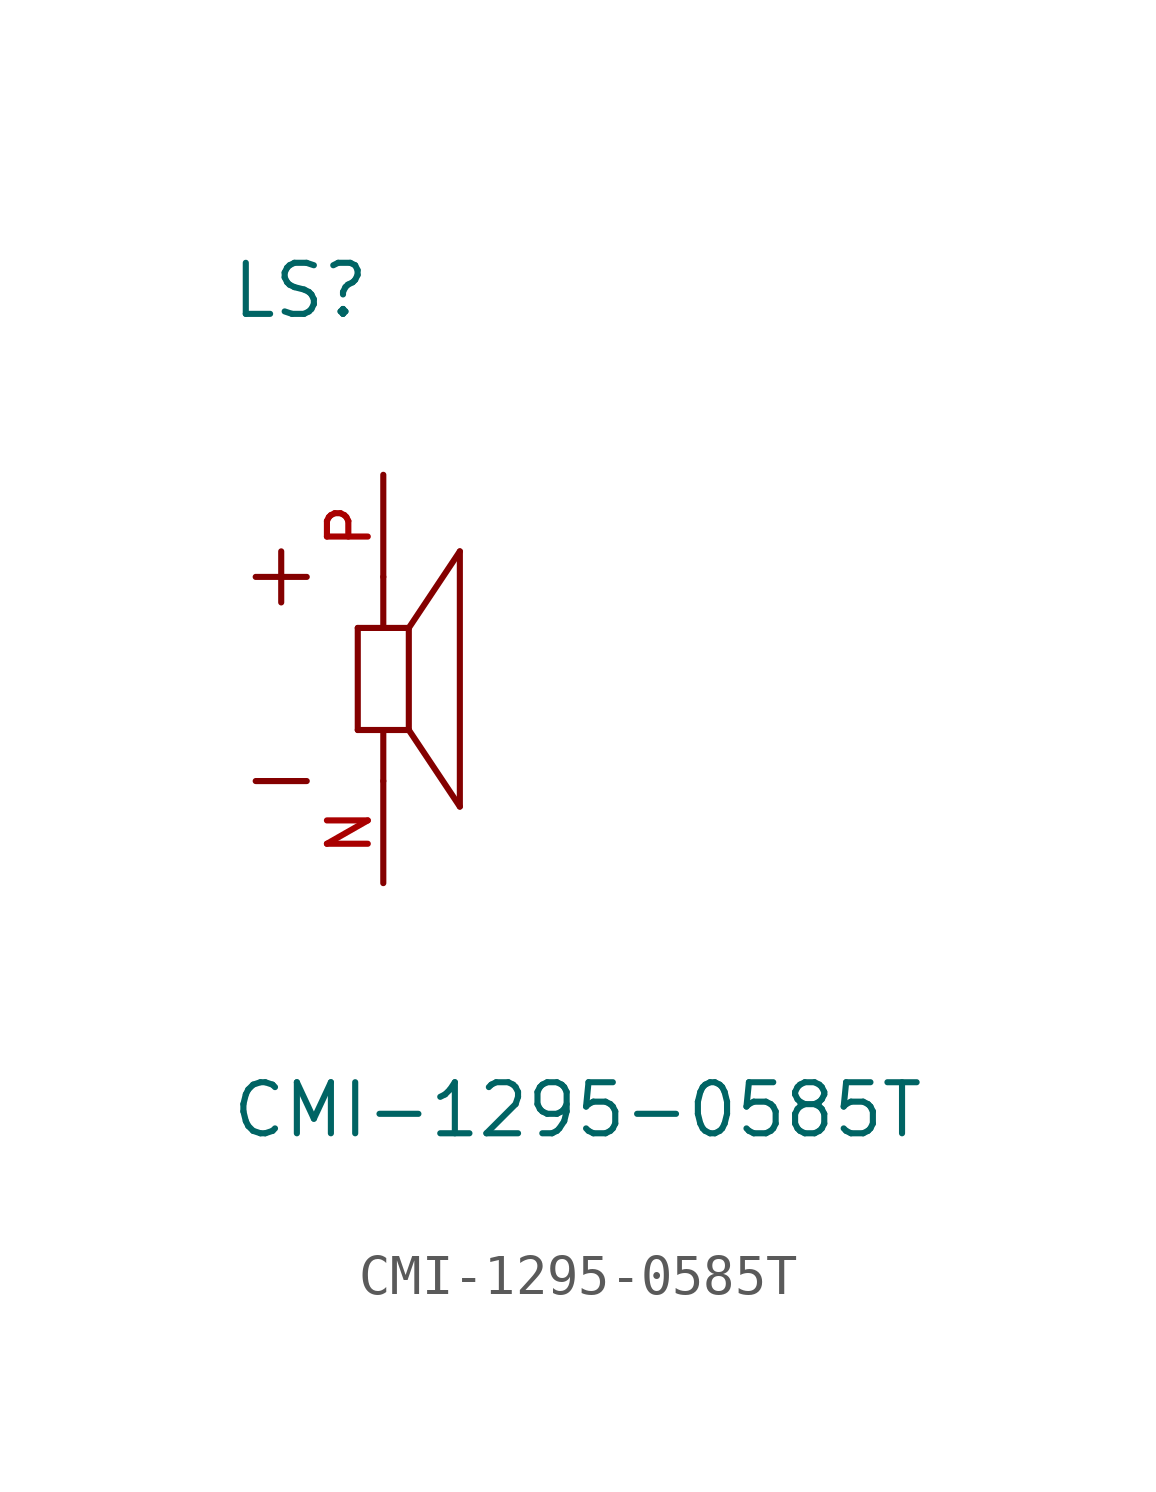
<source format=kicad_sym>
(kicad_symbol_lib
  (version 20211014)
  (generator kicad_symbol_editor)
  (symbol "CMI-1295-0585T"
    (pin_names
      (offset 1.016))
    (property "Reference" "LS"
      (at -3.824 8.922 0)
      (effects (font (size 1.27 1.27)) (justify bottom left)))
    (property "Value" "CMI-1295-0585T"
      (at -3.823 -11.468 0)
      (effects (font (size 1.27 1.27)) (justify bottom left)))
    (symbol "CMI-1295-0585T_0_0"
      (polyline (pts (xy -0.635 1.27) (xy 0.0 1.27)) (stroke (width 0.152)))
      (polyline (pts (xy 0.0 1.27) (xy 0.635 1.27)) (stroke (width 0.152)))
      (polyline (pts (xy 0.635 1.27) (xy 0.635 -1.27)) (stroke (width 0.152)))
      (polyline (pts (xy 0.635 -1.27) (xy 0.0 -1.27)) (stroke (width 0.152)))
      (polyline (pts (xy 0.0 -1.27) (xy -0.635 -1.27)) (stroke (width 0.152)))
      (polyline (pts (xy -0.635 -1.27) (xy -0.635 1.27)) (stroke (width 0.152)))
      (polyline (pts (xy 0.635 1.27) (xy 1.905 3.175)) (stroke (width 0.152)))
      (polyline (pts (xy 1.905 3.175) (xy 1.905 -3.175)) (stroke (width 0.152)))
      (polyline (pts (xy 1.905 -3.175) (xy 0.635 -1.27)) (stroke (width 0.152)))
      (polyline (pts (xy 0.0 1.27) (xy 0.0 2.54)) (stroke (width 0.152)))
      (polyline (pts (xy 0.0 -1.27) (xy 0.0 -2.54)) (stroke (width 0.152)))
      (polyline (pts (xy -2.54 3.175) (xy -2.54 1.905)) (stroke (width 0.152)))
      (polyline (pts (xy -3.175 2.54) (xy -1.905 2.54)) (stroke (width 0.152)))
      (polyline (pts (xy -3.175 -2.54) (xy -1.905 -2.54)) (stroke (width 0.152)))
      (pin passive line (at 0.0 5.08 270.0) (length 2.54) (name "~" (effects (font (size 1.016 1.016)))) (number "P" (effects (font (size 1.016 1.016)))))
      (pin passive line (at 0.0 -5.08 90.0) (length 2.54) (name "~" (effects (font (size 1.016 1.016)))) (number "N" (effects (font (size 1.016 1.016))))))))
</source>
